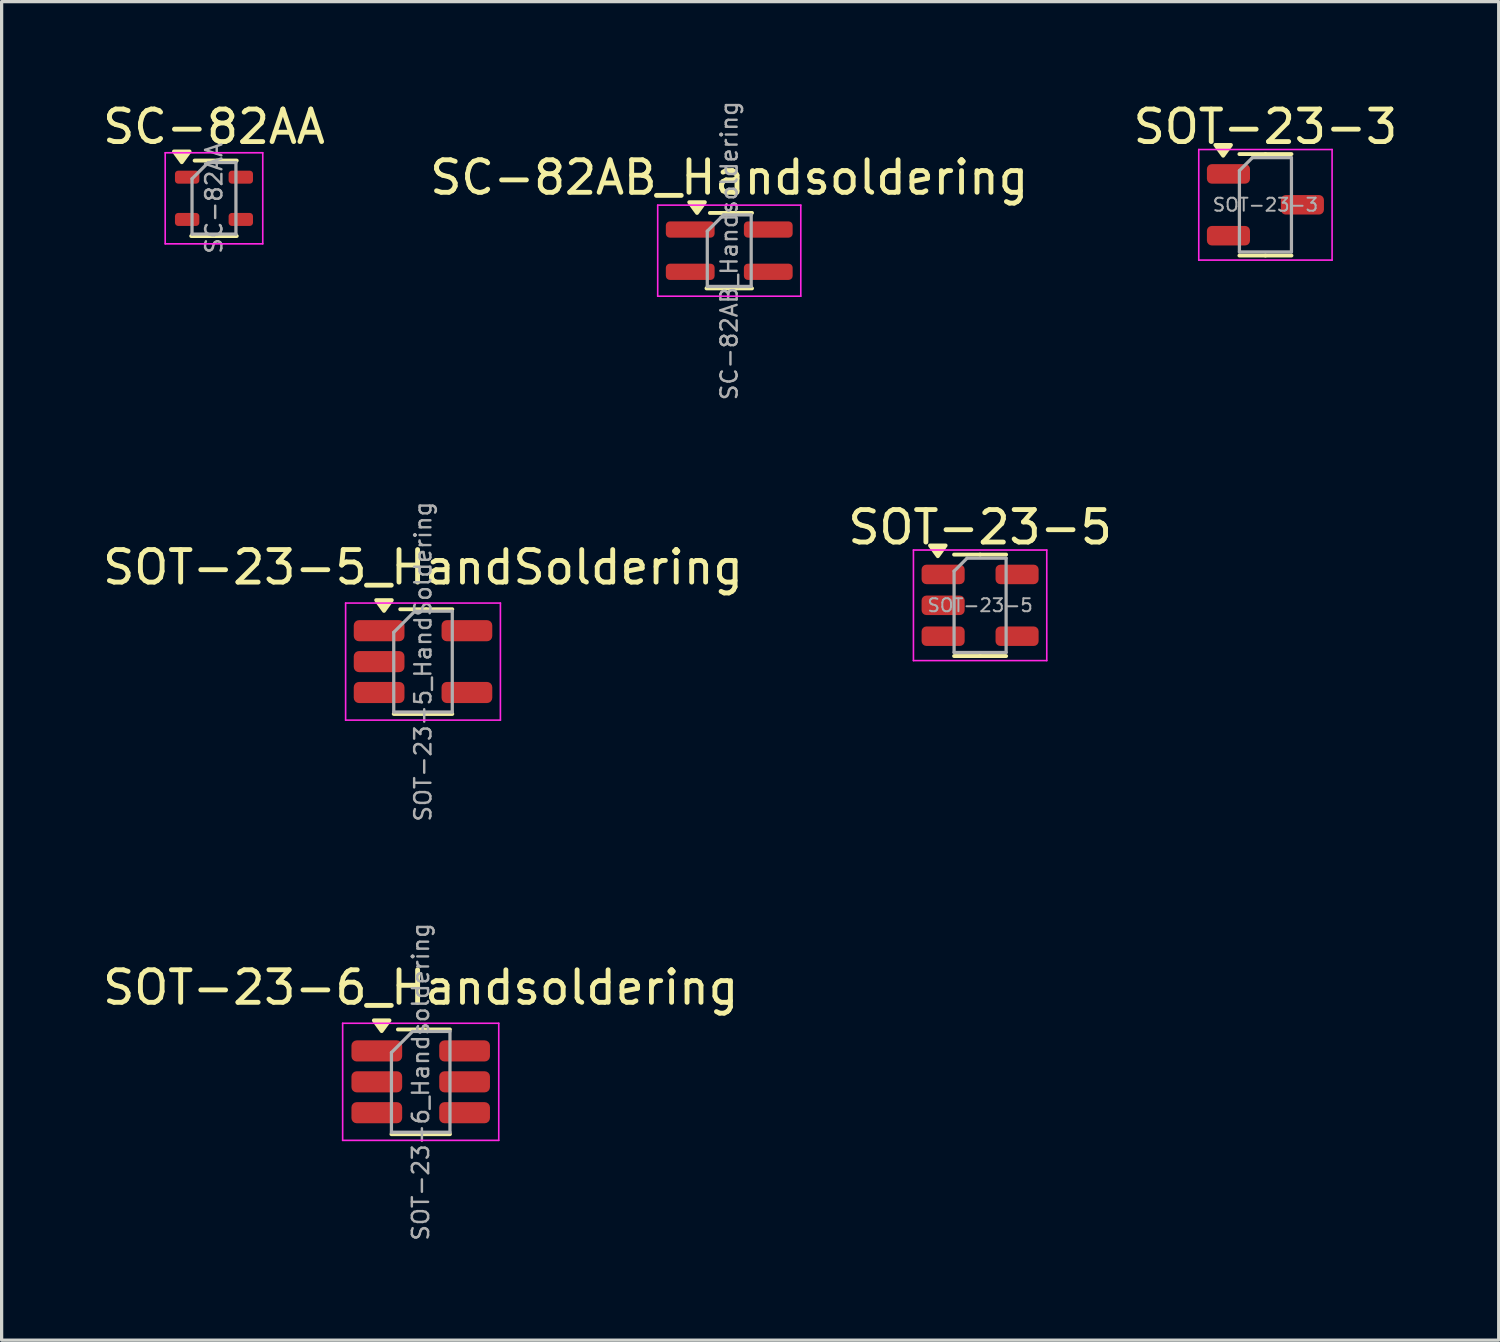
<source format=kicad_pcb>
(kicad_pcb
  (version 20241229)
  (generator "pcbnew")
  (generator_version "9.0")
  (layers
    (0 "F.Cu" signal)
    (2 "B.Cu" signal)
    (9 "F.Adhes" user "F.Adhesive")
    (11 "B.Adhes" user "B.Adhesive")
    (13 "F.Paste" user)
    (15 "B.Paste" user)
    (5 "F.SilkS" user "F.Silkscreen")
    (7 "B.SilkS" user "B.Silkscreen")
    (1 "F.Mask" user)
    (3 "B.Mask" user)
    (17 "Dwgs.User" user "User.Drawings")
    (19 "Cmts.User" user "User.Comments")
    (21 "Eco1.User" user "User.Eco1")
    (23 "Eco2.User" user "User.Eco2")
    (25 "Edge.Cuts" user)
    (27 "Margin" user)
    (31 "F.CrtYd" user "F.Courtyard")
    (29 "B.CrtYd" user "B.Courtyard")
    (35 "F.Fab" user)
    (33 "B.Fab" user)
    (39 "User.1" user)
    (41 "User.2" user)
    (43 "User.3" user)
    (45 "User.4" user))
  (footprint "SC-82AB_Handsoldering"
    (layer "F.Cu")
    (at 19.375 4.658)
    (property "Reference" "SC-82AB_Handsoldering" (at 0 -2.25 0) (layer "F.SilkS") (effects (font (size 1 1) (thickness 0.15))))
    (attr smd)
    (fp_line (start -0.7 1.16) (end 0.7 1.16) (stroke (width 0.12) (type solid)) (layer "F.SilkS"))
    (fp_line (start -0.595 -1.16) (end 0.7 -1.16) (stroke (width 0.12) (type solid)) (layer "F.SilkS"))
    (fp_poly (pts (xy -0.99 -1.16) (xy -0.75 -1.49) (xy -1.23 -1.49) (xy -0.99 -1.16)) (stroke (width 0.12) (type solid)) (fill yes) (layer "F.SilkS"))
    (fp_line (start -2.2 -1.4) (end -2.2 1.4) (stroke (width 0.05) (type solid)) (layer "F.CrtYd"))
    (fp_line (start -2.2 -1.4) (end 2.2 -1.4) (stroke (width 0.05) (type solid)) (layer "F.CrtYd"))
    (fp_line (start -2.2 1.4) (end 2.2 1.4) (stroke (width 0.05) (type solid)) (layer "F.CrtYd"))
    (fp_line (start 2.2 1.4) (end 2.2 -1.4) (stroke (width 0.05) (type solid)) (layer "F.CrtYd"))
    (fp_line (start -0.675 -0.6) (end -0.675 1.1) (stroke (width 0.1) (type solid)) (layer "F.Fab"))
    (fp_line (start -0.175 -1.1) (end -0.675 -0.6) (stroke (width 0.1) (type solid)) (layer "F.Fab"))
    (fp_line (start 0.675 -1.1) (end -0.175 -1.1) (stroke (width 0.1) (type solid)) (layer "F.Fab"))
    (fp_line (start 0.675 -1.1) (end 0.675 1.1) (stroke (width 0.1) (type solid)) (layer "F.Fab"))
    (fp_line (start 0.675 1.1) (end -0.675 1.1) (stroke (width 0.1) (type solid)) (layer "F.Fab"))
    (fp_text user "${REFERENCE}" (at 0 0 90) (layer "F.Fab") (effects (font (size 0.5 0.5) (thickness 0.075))))
    (pad "1" smd roundrect (at -1.2 -0.65) (size 1.5 0.5) (layers "F.Cu" "F.Mask" "F.Paste") (roundrect_rratio 0.25))
    (pad "2" smd roundrect (at -1.2 0.65) (size 1.5 0.5) (layers "F.Cu" "F.Mask" "F.Paste") (roundrect_rratio 0.25))
    (pad "3" smd roundrect (at 1.2 0.65) (size 1.5 0.5) (layers "F.Cu" "F.Mask" "F.Paste") (roundrect_rratio 0.25))
    (pad "4" smd roundrect (at 1.2 -0.65) (size 1.5 0.5) (layers "F.Cu" "F.Mask" "F.Paste") (roundrect_rratio 0.25)))
  (footprint "SOT-23-3"
    (layer "F.Cu")
    (at 35.863 3.248)
    (property "Reference" "SOT-23-3" (at 0 -2.4 0) (layer "F.SilkS") (effects (font (size 1 1) (thickness 0.15))))
    (attr smd)
    (fp_line (start 0 -1.56) (end -0.8 -1.56) (stroke (width 0.12) (type solid)) (layer "F.SilkS"))
    (fp_line (start 0 -1.56) (end 0.8 -1.56) (stroke (width 0.12) (type solid)) (layer "F.SilkS"))
    (fp_line (start 0 1.56) (end -0.8 1.56) (stroke (width 0.12) (type solid)) (layer "F.SilkS"))
    (fp_line (start 0 1.56) (end 0.8 1.56) (stroke (width 0.12) (type solid)) (layer "F.SilkS"))
    (fp_poly (pts (xy -1.3 -1.51) (xy -1.54 -1.84) (xy -1.06 -1.84) (xy -1.3 -1.51)) (stroke (width 0.12) (type solid)) (fill yes) (layer "F.SilkS"))
    (fp_line (start -2.05 -1.7) (end -2.05 1.7) (stroke (width 0.05) (type solid)) (layer "F.CrtYd"))
    (fp_line (start -2.05 1.7) (end 2.05 1.7) (stroke (width 0.05) (type solid)) (layer "F.CrtYd"))
    (fp_line (start 2.05 -1.7) (end -2.05 -1.7) (stroke (width 0.05) (type solid)) (layer "F.CrtYd"))
    (fp_line (start 2.05 1.7) (end 2.05 -1.7) (stroke (width 0.05) (type solid)) (layer "F.CrtYd"))
    (fp_line (start -0.8 -1.05) (end -0.4 -1.45) (stroke (width 0.1) (type solid)) (layer "F.Fab"))
    (fp_line (start -0.8 1.45) (end -0.8 -1.05) (stroke (width 0.1) (type solid)) (layer "F.Fab"))
    (fp_line (start -0.4 -1.45) (end 0.8 -1.45) (stroke (width 0.1) (type solid)) (layer "F.Fab"))
    (fp_line (start 0.8 -1.45) (end 0.8 1.45) (stroke (width 0.1) (type solid)) (layer "F.Fab"))
    (fp_line (start 0.8 1.45) (end -0.8 1.45) (stroke (width 0.1) (type solid)) (layer "F.Fab"))
    (fp_text user "${REFERENCE}" (at 0 0 0) (layer "F.Fab") (effects (font (size 0.4 0.4) (thickness 0.06))))
    (pad "1" smd roundrect (at -1.137 -0.95) (size 1.325 0.6) (layers "F.Cu" "F.Mask" "F.Paste") (roundrect_rratio 0.25))
    (pad "2" smd roundrect (at -1.137 0.95) (size 1.325 0.6) (layers "F.Cu" "F.Mask" "F.Paste") (roundrect_rratio 0.25))
    (pad "3" smd roundrect (at 1.137 0) (size 1.325 0.6) (layers "F.Cu" "F.Mask" "F.Paste") (roundrect_rratio 0.25)))
  (footprint "SC-82AA"
    (layer "F.Cu")
    (at 3.53 3.048)
    (property "Reference" "SC-82AA" (at 0 -2.2 0) (layer "F.SilkS") (effects (font (size 1 1) (thickness 0.15))))
    (attr smd)
    (fp_line (start -0.7 1.16) (end 0.7 1.16) (stroke (width 0.12) (type solid)) (layer "F.SilkS"))
    (fp_line (start -0.595 -1.16) (end 0.7 -1.16) (stroke (width 0.12) (type solid)) (layer "F.SilkS"))
    (fp_poly (pts (xy -0.99 -1.11) (xy -0.75 -1.44) (xy -1.23 -1.44) (xy -0.99 -1.11)) (stroke (width 0.12) (type solid)) (fill yes) (layer "F.SilkS"))
    (fp_line (start -1.5 -1.4) (end -1.5 1.4) (stroke (width 0.05) (type solid)) (layer "F.CrtYd"))
    (fp_line (start -1.5 -1.4) (end 1.5 -1.4) (stroke (width 0.05) (type solid)) (layer "F.CrtYd"))
    (fp_line (start -1.5 1.4) (end 1.5 1.4) (stroke (width 0.05) (type solid)) (layer "F.CrtYd"))
    (fp_line (start 1.5 1.4) (end 1.5 -1.4) (stroke (width 0.05) (type solid)) (layer "F.CrtYd"))
    (fp_line (start -0.675 -0.6) (end -0.675 1.1) (stroke (width 0.1) (type solid)) (layer "F.Fab"))
    (fp_line (start -0.175 -1.1) (end -0.675 -0.6) (stroke (width 0.1) (type solid)) (layer "F.Fab"))
    (fp_line (start 0.675 -1.1) (end -0.175 -1.1) (stroke (width 0.1) (type solid)) (layer "F.Fab"))
    (fp_line (start 0.675 -1.1) (end 0.675 1.1) (stroke (width 0.1) (type solid)) (layer "F.Fab"))
    (fp_line (start 0.675 1.1) (end -0.675 1.1) (stroke (width 0.1) (type solid)) (layer "F.Fab"))
    (fp_text user "${REFERENCE}" (at 0 0 90) (layer "F.Fab") (effects (font (size 0.5 0.5) (thickness 0.075))))
    (pad "1" smd roundrect (at -0.825 -0.65) (size 0.75 0.4) (layers "F.Cu" "F.Mask" "F.Paste") (roundrect_rratio 0.25))
    (pad "2" smd roundrect (at -0.825 0.65) (size 0.75 0.4) (layers "F.Cu" "F.Mask" "F.Paste") (roundrect_rratio 0.25))
    (pad "3" smd roundrect (at 0.825 0.65) (size 0.75 0.4) (layers "F.Cu" "F.Mask" "F.Paste") (roundrect_rratio 0.25))
    (pad "4" smd roundrect (at 0.825 -0.65) (size 0.75 0.4) (layers "F.Cu" "F.Mask" "F.Paste") (roundrect_rratio 0.25)))
  (footprint "SOT-23-5"
    (layer "F.Cu")
    (at 27.089 15.564)
    (property "Reference" "SOT-23-5" (at 0 -2.4 0) (layer "F.SilkS") (effects (font (size 1 1) (thickness 0.15))))
    (attr smd)
    (fp_line (start 0 -1.56) (end -0.8 -1.56) (stroke (width 0.12) (type solid)) (layer "F.SilkS"))
    (fp_line (start 0 -1.56) (end 0.8 -1.56) (stroke (width 0.12) (type solid)) (layer "F.SilkS"))
    (fp_line (start 0 1.56) (end -0.8 1.56) (stroke (width 0.12) (type solid)) (layer "F.SilkS"))
    (fp_line (start 0 1.56) (end 0.8 1.56) (stroke (width 0.12) (type solid)) (layer "F.SilkS"))
    (fp_poly (pts (xy -1.3 -1.51) (xy -1.54 -1.84) (xy -1.06 -1.84) (xy -1.3 -1.51)) (stroke (width 0.12) (type solid)) (fill yes) (layer "F.SilkS"))
    (fp_line (start -2.05 -1.7) (end -2.05 1.7) (stroke (width 0.05) (type solid)) (layer "F.CrtYd"))
    (fp_line (start -2.05 1.7) (end 2.05 1.7) (stroke (width 0.05) (type solid)) (layer "F.CrtYd"))
    (fp_line (start 2.05 -1.7) (end -2.05 -1.7) (stroke (width 0.05) (type solid)) (layer "F.CrtYd"))
    (fp_line (start 2.05 1.7) (end 2.05 -1.7) (stroke (width 0.05) (type solid)) (layer "F.CrtYd"))
    (fp_line (start -0.8 -1.05) (end -0.4 -1.45) (stroke (width 0.1) (type solid)) (layer "F.Fab"))
    (fp_line (start -0.8 1.45) (end -0.8 -1.05) (stroke (width 0.1) (type solid)) (layer "F.Fab"))
    (fp_line (start -0.4 -1.45) (end 0.8 -1.45) (stroke (width 0.1) (type solid)) (layer "F.Fab"))
    (fp_line (start 0.8 -1.45) (end 0.8 1.45) (stroke (width 0.1) (type solid)) (layer "F.Fab"))
    (fp_line (start 0.8 1.45) (end -0.8 1.45) (stroke (width 0.1) (type solid)) (layer "F.Fab"))
    (fp_text user "${REFERENCE}" (at 0 0 0) (layer "F.Fab") (effects (font (size 0.4 0.4) (thickness 0.06))))
    (pad "1" smd roundrect (at -1.137 -0.95) (size 1.325 0.6) (layers "F.Cu" "F.Mask" "F.Paste") (roundrect_rratio 0.25))
    (pad "2" smd roundrect (at -1.137 0) (size 1.325 0.6) (layers "F.Cu" "F.Mask" "F.Paste") (roundrect_rratio 0.25))
    (pad "3" smd roundrect (at -1.137 0.95) (size 1.325 0.6) (layers "F.Cu" "F.Mask" "F.Paste") (roundrect_rratio 0.25))
    (pad "4" smd roundrect (at 1.137 0.95) (size 1.325 0.6) (layers "F.Cu" "F.Mask" "F.Paste") (roundrect_rratio 0.25))
    (pad "5" smd roundrect (at 1.137 -0.95) (size 1.325 0.6) (layers "F.Cu" "F.Mask" "F.Paste") (roundrect_rratio 0.25)))
  (footprint "SOT-23-6_Handsoldering"
    (layer "F.Cu")
    (at 9.887 30.217)
    (property "Reference" "SOT-23-6_Handsoldering" (at 0 -2.9 0) (layer "F.SilkS") (effects (font (size 1 1) (thickness 0.15))))
    (attr smd)
    (fp_line (start -0.9 1.61) (end 0.9 1.61) (stroke (width 0.12) (type solid)) (layer "F.SilkS"))
    (fp_line (start 0.1 -1.61) (end -0.7 -1.61) (stroke (width 0.12) (type solid)) (layer "F.SilkS"))
    (fp_line (start 0.1 -1.61) (end 0.9 -1.61) (stroke (width 0.12) (type solid)) (layer "F.SilkS"))
    (fp_poly (pts (xy -1.2 -1.56) (xy -1.44 -1.89) (xy -0.96 -1.89) (xy -1.2 -1.56)) (stroke (width 0.12) (type solid)) (fill yes) (layer "F.SilkS"))
    (fp_line (start -2.4 -1.8) (end 2.4 -1.8) (stroke (width 0.05) (type solid)) (layer "F.CrtYd"))
    (fp_line (start -2.4 1.8) (end -2.4 -1.8) (stroke (width 0.05) (type solid)) (layer "F.CrtYd"))
    (fp_line (start 2.4 -1.8) (end 2.4 1.8) (stroke (width 0.05) (type solid)) (layer "F.CrtYd"))
    (fp_line (start 2.4 1.8) (end -2.4 1.8) (stroke (width 0.05) (type solid)) (layer "F.CrtYd"))
    (fp_line (start -0.9 -0.9) (end -0.9 1.55) (stroke (width 0.1) (type solid)) (layer "F.Fab"))
    (fp_line (start -0.9 -0.9) (end -0.25 -1.55) (stroke (width 0.1) (type solid)) (layer "F.Fab"))
    (fp_line (start 0.9 -1.55) (end -0.25 -1.55) (stroke (width 0.1) (type solid)) (layer "F.Fab"))
    (fp_line (start 0.9 -1.55) (end 0.9 1.55) (stroke (width 0.1) (type solid)) (layer "F.Fab"))
    (fp_line (start 0.9 1.55) (end -0.9 1.55) (stroke (width 0.1) (type solid)) (layer "F.Fab"))
    (fp_text user "${REFERENCE}" (at 0 0 90) (layer "F.Fab") (effects (font (size 0.5 0.5) (thickness 0.075))))
    (pad "1" smd roundrect (at -1.35 -0.95) (size 1.56 0.65) (layers "F.Cu" "F.Mask" "F.Paste") (roundrect_rratio 0.25))
    (pad "2" smd roundrect (at -1.35 0) (size 1.56 0.65) (layers "F.Cu" "F.Mask" "F.Paste") (roundrect_rratio 0.25))
    (pad "3" smd roundrect (at -1.35 0.95) (size 1.56 0.65) (layers "F.Cu" "F.Mask" "F.Paste") (roundrect_rratio 0.25))
    (pad "4" smd roundrect (at 1.35 0.95) (size 1.56 0.65) (layers "F.Cu" "F.Mask" "F.Paste") (roundrect_rratio 0.25))
    (pad "5" smd roundrect (at 1.35 0) (size 1.56 0.65) (layers "F.Cu" "F.Mask" "F.Paste") (roundrect_rratio 0.25))
    (pad "6" smd roundrect (at 1.35 -0.95) (size 1.56 0.65) (layers "F.Cu" "F.Mask" "F.Paste") (roundrect_rratio 0.25)))
  (footprint "SOT-23-5_HandSoldering"
    (layer "F.Cu")
    (at 9.958 17.295)
    (property "Reference" "SOT-23-5_HandSoldering" (at 0 -2.9 0) (layer "F.SilkS") (effects (font (size 1 1) (thickness 0.15))))
    (attr smd)
    (fp_line (start -0.9 1.61) (end 0.9 1.61) (stroke (width 0.12) (type solid)) (layer "F.SilkS"))
    (fp_line (start 0.1 -1.61) (end -0.7 -1.61) (stroke (width 0.12) (type solid)) (layer "F.SilkS"))
    (fp_line (start 0.1 -1.61) (end 0.9 -1.61) (stroke (width 0.12) (type solid)) (layer "F.SilkS"))
    (fp_poly (pts (xy -1.2 -1.56) (xy -1.44 -1.89) (xy -0.96 -1.89) (xy -1.2 -1.56)) (stroke (width 0.12) (type solid)) (fill yes) (layer "F.SilkS"))
    (fp_line (start -2.38 -1.8) (end -2.38 1.8) (stroke (width 0.05) (type solid)) (layer "F.CrtYd"))
    (fp_line (start -2.38 -1.8) (end 2.38 -1.8) (stroke (width 0.05) (type solid)) (layer "F.CrtYd"))
    (fp_line (start 2.38 1.8) (end -2.38 1.8) (stroke (width 0.05) (type solid)) (layer "F.CrtYd"))
    (fp_line (start 2.38 1.8) (end 2.38 -1.8) (stroke (width 0.05) (type solid)) (layer "F.CrtYd"))
    (fp_line (start -0.9 -0.9) (end -0.9 1.55) (stroke (width 0.1) (type solid)) (layer "F.Fab"))
    (fp_line (start -0.9 -0.9) (end -0.25 -1.55) (stroke (width 0.1) (type solid)) (layer "F.Fab"))
    (fp_line (start 0.9 -1.55) (end -0.25 -1.55) (stroke (width 0.1) (type solid)) (layer "F.Fab"))
    (fp_line (start 0.9 -1.55) (end 0.9 1.55) (stroke (width 0.1) (type solid)) (layer "F.Fab"))
    (fp_line (start 0.9 1.55) (end -0.9 1.55) (stroke (width 0.1) (type solid)) (layer "F.Fab"))
    (fp_text user "${REFERENCE}" (at 0 0 90) (layer "F.Fab") (effects (font (size 0.5 0.5) (thickness 0.075))))
    (pad "1" smd roundrect (at -1.35 -0.95) (size 1.56 0.65) (layers "F.Cu" "F.Mask" "F.Paste") (roundrect_rratio 0.25))
    (pad "2" smd roundrect (at -1.35 0) (size 1.56 0.65) (layers "F.Cu" "F.Mask" "F.Paste") (roundrect_rratio 0.25))
    (pad "3" smd roundrect (at -1.35 0.95) (size 1.56 0.65) (layers "F.Cu" "F.Mask" "F.Paste") (roundrect_rratio 0.25))
    (pad "4" smd roundrect (at 1.35 0.95) (size 1.56 0.65) (layers "F.Cu" "F.Mask" "F.Paste") (roundrect_rratio 0.25))
    (pad "5" smd roundrect (at 1.35 -0.95) (size 1.56 0.65) (layers "F.Cu" "F.Mask" "F.Paste") (roundrect_rratio 0.25)))
  (gr_rect
    (start -3 -3)
    (end 43.036 38.161)
    (stroke (width 0.1) (type default))
    (fill no)
    (layer "Edge.Cuts")))
</source>
